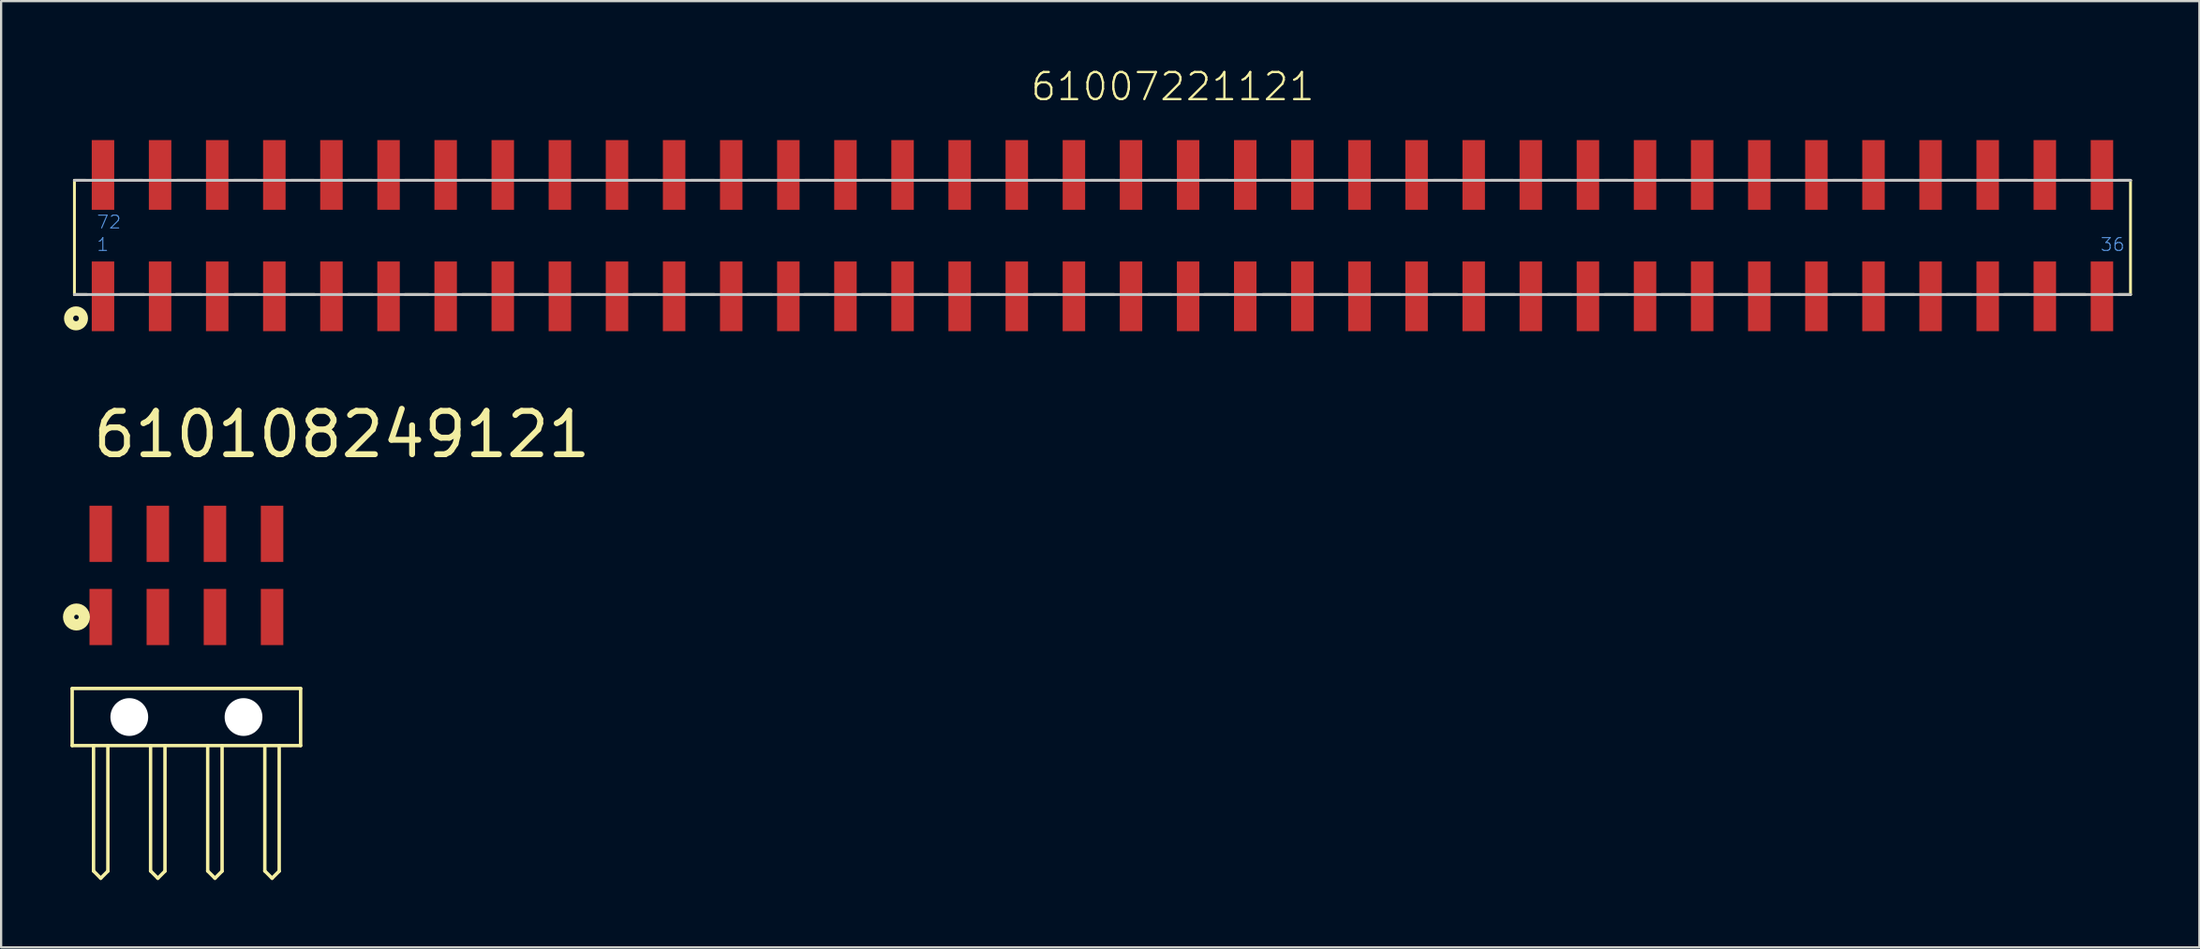
<source format=kicad_pcb>
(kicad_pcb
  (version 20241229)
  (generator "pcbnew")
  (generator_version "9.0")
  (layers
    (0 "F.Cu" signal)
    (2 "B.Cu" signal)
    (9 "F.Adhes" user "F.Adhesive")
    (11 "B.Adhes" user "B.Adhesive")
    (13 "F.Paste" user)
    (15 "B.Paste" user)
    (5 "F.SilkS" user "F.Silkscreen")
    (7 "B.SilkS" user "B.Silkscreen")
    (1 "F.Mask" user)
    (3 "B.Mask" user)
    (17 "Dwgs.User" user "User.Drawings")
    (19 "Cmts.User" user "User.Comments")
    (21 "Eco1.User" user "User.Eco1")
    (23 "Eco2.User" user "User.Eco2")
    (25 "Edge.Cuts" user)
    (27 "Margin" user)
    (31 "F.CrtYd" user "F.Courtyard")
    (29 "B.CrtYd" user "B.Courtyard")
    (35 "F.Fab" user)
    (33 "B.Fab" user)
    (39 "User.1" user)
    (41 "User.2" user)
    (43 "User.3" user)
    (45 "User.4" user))
  (footprint "610108249121"
    (layer "F.Cu")
    (at 5.24 28.844)
    (property "Reference" "610108249121" (at -4.29 -11.44 0) (layer "F.SilkS") (effects (font (size 1.93 1.93) (thickness 0.264)) (justify left bottom)))
    (attr through_hole)
    (fp_line (start -5.08 -1.27) (end -5.08 1.27) (stroke (width 0.152) (type solid)) (layer "F.SilkS"))
    (fp_line (start -4.13 1.27) (end -5.08 1.27) (stroke (width 0.152) (type solid)) (layer "F.SilkS"))
    (fp_line (start -4.13 1.27) (end -4.13 6.847) (stroke (width 0.152) (type solid)) (layer "F.SilkS"))
    (fp_line (start -3.81 7.17) (end -4.13 6.847) (stroke (width 0.152) (type solid)) (layer "F.SilkS"))
    (fp_line (start -3.493 1.28) (end -3.493 6.853) (stroke (width 0.152) (type solid)) (layer "F.SilkS"))
    (fp_line (start -3.493 6.853) (end -3.81 7.17) (stroke (width 0.152) (type solid)) (layer "F.SilkS"))
    (fp_line (start -1.593 1.28) (end -1.593 6.847) (stroke (width 0.152) (type solid)) (layer "F.SilkS"))
    (fp_line (start -1.27 7.17) (end -1.593 6.847) (stroke (width 0.152) (type solid)) (layer "F.SilkS"))
    (fp_line (start -0.953 1.28) (end -0.953 6.853) (stroke (width 0.152) (type solid)) (layer "F.SilkS"))
    (fp_line (start -0.953 6.853) (end -1.27 7.17) (stroke (width 0.152) (type solid)) (layer "F.SilkS"))
    (fp_line (start 0.947 1.28) (end 0.947 6.847) (stroke (width 0.152) (type solid)) (layer "F.SilkS"))
    (fp_line (start 1.27 7.17) (end 0.947 6.847) (stroke (width 0.152) (type solid)) (layer "F.SilkS"))
    (fp_line (start 1.587 1.28) (end 1.587 6.853) (stroke (width 0.152) (type solid)) (layer "F.SilkS"))
    (fp_line (start 1.587 6.853) (end 1.27 7.17) (stroke (width 0.152) (type solid)) (layer "F.SilkS"))
    (fp_line (start 3.487 1.28) (end 3.487 6.847) (stroke (width 0.152) (type solid)) (layer "F.SilkS"))
    (fp_line (start 3.81 7.17) (end 3.487 6.847) (stroke (width 0.152) (type solid)) (layer "F.SilkS"))
    (fp_line (start 4.127 1.28) (end 4.127 6.853) (stroke (width 0.152) (type solid)) (layer "F.SilkS"))
    (fp_line (start 4.127 6.853) (end 3.81 7.17) (stroke (width 0.152) (type solid)) (layer "F.SilkS"))
    (fp_line (start 5.08 -1.27) (end -5.08 -1.27) (stroke (width 0.152) (type solid)) (layer "F.SilkS"))
    (fp_line (start 5.08 -1.27) (end 5.08 1.27) (stroke (width 0.152) (type solid)) (layer "F.SilkS"))
    (fp_line (start 5.08 1.27) (end -4.13 1.27) (stroke (width 0.152) (type solid)) (layer "F.SilkS"))
    (fp_circle (center -4.89 -4.45) (end -4.79 -4.45) (stroke (width 0.5) (type solid)) (fill no) (layer "F.SilkS"))
    (pad "" np_thru_hole circle (at -2.54 0) (size 1.68 1.68) (drill 1.68) (layers "*.Cu"))
    (pad "" np_thru_hole circle (at 2.54 0) (size 1.68 1.68) (drill 1.68) (layers "*.Cu"))
    (pad "1" smd rect (at -3.81 -4.45) (size 1 2.5) (layers "F.Cu" "F.Mask" "F.Paste"))
    (pad "2" smd rect (at -1.27 -4.45) (size 1 2.5) (layers "F.Cu" "F.Mask" "F.Paste"))
    (pad "3" smd rect (at 1.27 -4.45) (size 1 2.5) (layers "F.Cu" "F.Mask" "F.Paste"))
    (pad "4" smd rect (at 3.81 -4.45) (size 1 2.5) (layers "F.Cu" "F.Mask" "F.Paste"))
    (pad "5" smd rect (at 3.81 -8.15) (size 1 2.5) (layers "F.Cu" "F.Mask" "F.Paste"))
    (pad "6" smd rect (at 1.27 -8.15) (size 1 2.5) (layers "F.Cu" "F.Mask" "F.Paste"))
    (pad "7" smd rect (at -1.27 -8.15) (size 1 2.5) (layers "F.Cu" "F.Mask" "F.Paste"))
    (pad "8" smd rect (at -3.81 -8.15) (size 1 2.5) (layers "F.Cu" "F.Mask" "F.Paste")))
  (footprint "61007221121"
    (layer "F.Cu")
    (at 45.98 7.431)
    (property "Reference" "61007221121" (at -3.26 -5.92 0) (layer "F.SilkS") (effects (font (size 1.206 1.206) (thickness 0.102)) (justify left bottom)))
    (attr through_hole)
    (fp_line (start -45.72 -2.46) (end -45.72 2.62) (stroke (width 0.127) (type solid)) (layer "F.SilkS"))
    (fp_line (start -45.21 -2.46) (end -45.72 -2.46) (stroke (width 0.127) (type solid)) (layer "F.SilkS"))
    (fp_line (start -45.17 2.62) (end -45.72 2.62) (stroke (width 0.127) (type solid)) (layer "F.SilkS"))
    (fp_line (start -43.74 -2.46) (end -42.68 -2.46) (stroke (width 0.127) (type solid)) (layer "F.SilkS"))
    (fp_line (start -43.69 2.62) (end -42.62 2.62) (stroke (width 0.127) (type solid)) (layer "F.SilkS"))
    (fp_line (start -41.21 2.62) (end -40.07 2.62) (stroke (width 0.127) (type solid)) (layer "F.SilkS"))
    (fp_line (start -41.17 -2.46) (end -40.11 -2.46) (stroke (width 0.127) (type solid)) (layer "F.SilkS"))
    (fp_line (start -38.64 -2.46) (end -37.59 -2.46) (stroke (width 0.127) (type solid)) (layer "F.SilkS"))
    (fp_line (start -38.6 2.62) (end -37.56 2.62) (stroke (width 0.127) (type solid)) (layer "F.SilkS"))
    (fp_line (start -36.1 -2.46) (end -35.06 -2.46) (stroke (width 0.127) (type solid)) (layer "F.SilkS"))
    (fp_line (start -36.1 2.62) (end -35.04 2.62) (stroke (width 0.127) (type solid)) (layer "F.SilkS"))
    (fp_line (start -33.57 -2.46) (end -32.48 -2.46) (stroke (width 0.127) (type solid)) (layer "F.SilkS"))
    (fp_line (start -33.55 2.62) (end -32.46 2.62) (stroke (width 0.127) (type solid)) (layer "F.SilkS"))
    (fp_line (start -31.03 -2.46) (end -29.93 -2.46) (stroke (width 0.127) (type solid)) (layer "F.SilkS"))
    (fp_line (start -31.02 2.62) (end -29.98 2.62) (stroke (width 0.127) (type solid)) (layer "F.SilkS"))
    (fp_line (start -28.5 -2.46) (end -27.41 -2.46) (stroke (width 0.127) (type solid)) (layer "F.SilkS"))
    (fp_line (start -28.47 2.62) (end -27.4 2.62) (stroke (width 0.127) (type solid)) (layer "F.SilkS"))
    (fp_line (start -25.95 -2.46) (end -24.85 -2.46) (stroke (width 0.127) (type solid)) (layer "F.SilkS"))
    (fp_line (start -25.93 2.62) (end -24.87 2.62) (stroke (width 0.127) (type solid)) (layer "F.SilkS"))
    (fp_line (start -23.4 2.62) (end -22.35 2.62) (stroke (width 0.127) (type solid)) (layer "F.SilkS"))
    (fp_line (start -23.39 -2.46) (end -22.3 -2.46) (stroke (width 0.127) (type solid)) (layer "F.SilkS"))
    (fp_line (start -20.89 -2.46) (end -19.78 -2.46) (stroke (width 0.127) (type solid)) (layer "F.SilkS"))
    (fp_line (start -20.87 2.62) (end -19.79 2.62) (stroke (width 0.127) (type solid)) (layer "F.SilkS"))
    (fp_line (start -18.31 -2.46) (end -17.25 -2.46) (stroke (width 0.127) (type solid)) (layer "F.SilkS"))
    (fp_line (start -18.31 2.62) (end -17.26 2.62) (stroke (width 0.127) (type solid)) (layer "F.SilkS"))
    (fp_line (start -15.79 2.62) (end -14.7 2.62) (stroke (width 0.127) (type solid)) (layer "F.SilkS"))
    (fp_line (start -15.78 -2.46) (end -14.77 -2.46) (stroke (width 0.127) (type solid)) (layer "F.SilkS"))
    (fp_line (start -13.26 2.62) (end -12.19 2.62) (stroke (width 0.127) (type solid)) (layer "F.SilkS"))
    (fp_line (start -13.24 -2.46) (end -12.15 -2.46) (stroke (width 0.127) (type solid)) (layer "F.SilkS"))
    (fp_line (start -10.7 2.62) (end -9.62 2.62) (stroke (width 0.127) (type solid)) (layer "F.SilkS"))
    (fp_line (start -10.69 -2.46) (end -9.66 -2.46) (stroke (width 0.127) (type solid)) (layer "F.SilkS"))
    (fp_line (start -8.14 -2.46) (end -7.07 -2.46) (stroke (width 0.127) (type solid)) (layer "F.SilkS"))
    (fp_line (start -8.13 2.62) (end -7.1 2.62) (stroke (width 0.127) (type solid)) (layer "F.SilkS"))
    (fp_line (start -5.59 2.62) (end -4.58 2.62) (stroke (width 0.127) (type solid)) (layer "F.SilkS"))
    (fp_line (start -5.56 -2.46) (end -4.53 -2.46) (stroke (width 0.127) (type solid)) (layer "F.SilkS"))
    (fp_line (start -3.08 -2.46) (end -1.99 -2.46) (stroke (width 0.127) (type solid)) (layer "F.SilkS"))
    (fp_line (start -3.06 2.62) (end -2.01 2.62) (stroke (width 0.127) (type solid)) (layer "F.SilkS"))
    (fp_line (start -0.55 -2.46) (end 0.56 -2.46) (stroke (width 0.127) (type solid)) (layer "F.SilkS"))
    (fp_line (start -0.55 2.62) (end 0.52 2.62) (stroke (width 0.127) (type solid)) (layer "F.SilkS"))
    (fp_line (start 2.03 -2.46) (end 3.06 -2.46) (stroke (width 0.127) (type solid)) (layer "F.SilkS"))
    (fp_line (start 2.03 2.62) (end 3.06 2.62) (stroke (width 0.127) (type solid)) (layer "F.SilkS"))
    (fp_line (start 4.53 2.62) (end 5.6 2.62) (stroke (width 0.127) (type solid)) (layer "F.SilkS"))
    (fp_line (start 4.57 -2.46) (end 5.6 -2.46) (stroke (width 0.127) (type solid)) (layer "F.SilkS"))
    (fp_line (start 7.09 -2.46) (end 8.12 -2.46) (stroke (width 0.127) (type solid)) (layer "F.SilkS"))
    (fp_line (start 7.13 2.62) (end 8.16 2.62) (stroke (width 0.127) (type solid)) (layer "F.SilkS"))
    (fp_line (start 9.63 -2.46) (end 10.69 -2.46) (stroke (width 0.127) (type solid)) (layer "F.SilkS"))
    (fp_line (start 9.65 2.62) (end 10.68 2.62) (stroke (width 0.127) (type solid)) (layer "F.SilkS"))
    (fp_line (start 12.14 2.62) (end 13.24 2.62) (stroke (width 0.127) (type solid)) (layer "F.SilkS"))
    (fp_line (start 12.15 -2.46) (end 13.24 -2.46) (stroke (width 0.127) (type solid)) (layer "F.SilkS"))
    (fp_line (start 14.7 2.62) (end 15.78 2.62) (stroke (width 0.127) (type solid)) (layer "F.SilkS"))
    (fp_line (start 14.71 -2.46) (end 15.78 -2.46) (stroke (width 0.127) (type solid)) (layer "F.SilkS"))
    (fp_line (start 17.23 2.62) (end 18.33 2.62) (stroke (width 0.127) (type solid)) (layer "F.SilkS"))
    (fp_line (start 17.25 -2.46) (end 18.27 -2.46) (stroke (width 0.127) (type solid)) (layer "F.SilkS"))
    (fp_line (start 19.8 -2.46) (end 20.84 -2.46) (stroke (width 0.127) (type solid)) (layer "F.SilkS"))
    (fp_line (start 19.8 2.62) (end 20.85 2.62) (stroke (width 0.127) (type solid)) (layer "F.SilkS"))
    (fp_line (start 22.32 -2.46) (end 23.37 -2.46) (stroke (width 0.127) (type solid)) (layer "F.SilkS"))
    (fp_line (start 22.34 2.62) (end 23.36 2.62) (stroke (width 0.127) (type solid)) (layer "F.SilkS"))
    (fp_line (start 24.85 -2.46) (end 25.9 -2.46) (stroke (width 0.127) (type solid)) (layer "F.SilkS"))
    (fp_line (start 24.85 2.62) (end 25.89 2.62) (stroke (width 0.127) (type solid)) (layer "F.SilkS"))
    (fp_line (start 27.4 2.62) (end 28.46 2.62) (stroke (width 0.127) (type solid)) (layer "F.SilkS"))
    (fp_line (start 27.42 -2.46) (end 28.46 -2.46) (stroke (width 0.127) (type solid)) (layer "F.SilkS"))
    (fp_line (start 29.91 2.62) (end 31.03 2.62) (stroke (width 0.127) (type solid)) (layer "F.SilkS"))
    (fp_line (start 29.98 -2.46) (end 31.03 -2.46) (stroke (width 0.127) (type solid)) (layer "F.SilkS"))
    (fp_line (start 32.47 2.62) (end 33.55 2.62) (stroke (width 0.127) (type solid)) (layer "F.SilkS"))
    (fp_line (start 32.48 -2.46) (end 33.56 -2.46) (stroke (width 0.127) (type solid)) (layer "F.SilkS"))
    (fp_line (start 35.01 -2.46) (end 36.09 -2.46) (stroke (width 0.127) (type solid)) (layer "F.SilkS"))
    (fp_line (start 35.01 2.62) (end 36.1 2.62) (stroke (width 0.127) (type solid)) (layer "F.SilkS"))
    (fp_line (start 37.54 -2.46) (end 38.63 -2.46) (stroke (width 0.127) (type solid)) (layer "F.SilkS"))
    (fp_line (start 37.55 2.62) (end 38.64 2.62) (stroke (width 0.127) (type solid)) (layer "F.SilkS"))
    (fp_line (start 40.08 -2.46) (end 41.14 -2.46) (stroke (width 0.127) (type solid)) (layer "F.SilkS"))
    (fp_line (start 40.1 2.62) (end 41.19 2.62) (stroke (width 0.127) (type solid)) (layer "F.SilkS"))
    (fp_line (start 42.61 2.62) (end 43.71 2.62) (stroke (width 0.127) (type solid)) (layer "F.SilkS"))
    (fp_line (start 42.65 -2.46) (end 43.7 -2.46) (stroke (width 0.127) (type solid)) (layer "F.SilkS"))
    (fp_line (start 45.16 -2.46) (end 45.72 -2.46) (stroke (width 0.127) (type solid)) (layer "F.SilkS"))
    (fp_line (start 45.19 2.62) (end 45.72 2.62) (stroke (width 0.127) (type solid)) (layer "F.SilkS"))
    (fp_line (start 45.72 -2.46) (end 45.72 2.62) (stroke (width 0.127) (type solid)) (layer "F.SilkS"))
    (fp_circle (center -45.65 3.68) (end -45.523 3.68) (stroke (width 0.406) (type solid)) (fill no) (layer "F.SilkS"))
    (fp_line (start -45.72 2.62) (end 45.72 2.62) (stroke (width 0.127) (type solid)) (layer "Dwgs.User"))
    (fp_line (start 45.72 -2.46) (end -45.72 -2.46) (stroke (width 0.127) (type solid)) (layer "Dwgs.User"))
    (fp_text user "36" (at 44.35 0.73 0) (layer "Cmts.User") (effects (font (size 0.57 0.57) (thickness 0.048)) (justify left bottom)))
    (fp_text user "1" (at -44.76 0.73 0) (layer "Cmts.User") (effects (font (size 0.57 0.57) (thickness 0.048)) (justify left bottom)))
    (fp_text user "72" (at -44.76 -0.27 0) (layer "Cmts.User") (effects (font (size 0.57 0.57) (thickness 0.048)) (justify left bottom)))
    (pad "1" smd rect (at -44.45 2.7 90) (size 3.1 1) (layers "F.Cu" "F.Mask" "F.Paste"))
    (pad "2" smd rect (at -41.91 2.7 90) (size 3.1 1) (layers "F.Cu" "F.Mask" "F.Paste"))
    (pad "3" smd rect (at -39.37 2.7 90) (size 3.1 1) (layers "F.Cu" "F.Mask" "F.Paste"))
    (pad "4" smd rect (at -36.83 2.7 90) (size 3.1 1) (layers "F.Cu" "F.Mask" "F.Paste"))
    (pad "5" smd rect (at -34.29 2.7 90) (size 3.1 1) (layers "F.Cu" "F.Mask" "F.Paste"))
    (pad "6" smd rect (at -31.75 2.7 90) (size 3.1 1) (layers "F.Cu" "F.Mask" "F.Paste"))
    (pad "7" smd rect (at -29.21 2.7 90) (size 3.1 1) (layers "F.Cu" "F.Mask" "F.Paste"))
    (pad "8" smd rect (at -26.67 2.7 90) (size 3.1 1) (layers "F.Cu" "F.Mask" "F.Paste"))
    (pad "9" smd rect (at -24.13 2.7 90) (size 3.1 1) (layers "F.Cu" "F.Mask" "F.Paste"))
    (pad "10" smd rect (at -21.59 2.7 90) (size 3.1 1) (layers "F.Cu" "F.Mask" "F.Paste"))
    (pad "11" smd rect (at -19.05 2.7 90) (size 3.1 1) (layers "F.Cu" "F.Mask" "F.Paste"))
    (pad "12" smd rect (at -16.51 2.7 90) (size 3.1 1) (layers "F.Cu" "F.Mask" "F.Paste"))
    (pad "13" smd rect (at -13.97 2.7 90) (size 3.1 1) (layers "F.Cu" "F.Mask" "F.Paste"))
    (pad "14" smd rect (at -11.43 2.7 90) (size 3.1 1) (layers "F.Cu" "F.Mask" "F.Paste"))
    (pad "15" smd rect (at -8.89 2.7 90) (size 3.1 1) (layers "F.Cu" "F.Mask" "F.Paste"))
    (pad "16" smd rect (at -6.35 2.7 90) (size 3.1 1) (layers "F.Cu" "F.Mask" "F.Paste"))
    (pad "17" smd rect (at -3.81 2.7 90) (size 3.1 1) (layers "F.Cu" "F.Mask" "F.Paste"))
    (pad "18" smd rect (at -1.27 2.7 90) (size 3.1 1) (layers "F.Cu" "F.Mask" "F.Paste"))
    (pad "19" smd rect (at 1.27 2.7 90) (size 3.1 1) (layers "F.Cu" "F.Mask" "F.Paste"))
    (pad "20" smd rect (at 3.81 2.7 90) (size 3.1 1) (layers "F.Cu" "F.Mask" "F.Paste"))
    (pad "21" smd rect (at 6.35 2.7 90) (size 3.1 1) (layers "F.Cu" "F.Mask" "F.Paste"))
    (pad "22" smd rect (at 8.89 2.7 90) (size 3.1 1) (layers "F.Cu" "F.Mask" "F.Paste"))
    (pad "23" smd rect (at 11.43 2.7 90) (size 3.1 1) (layers "F.Cu" "F.Mask" "F.Paste"))
    (pad "24" smd rect (at 13.97 2.7 90) (size 3.1 1) (layers "F.Cu" "F.Mask" "F.Paste"))
    (pad "25" smd rect (at 16.51 2.7 90) (size 3.1 1) (layers "F.Cu" "F.Mask" "F.Paste"))
    (pad "26" smd rect (at 19.05 2.7 90) (size 3.1 1) (layers "F.Cu" "F.Mask" "F.Paste"))
    (pad "27" smd rect (at 21.59 2.7 90) (size 3.1 1) (layers "F.Cu" "F.Mask" "F.Paste"))
    (pad "28" smd rect (at 24.13 2.7 90) (size 3.1 1) (layers "F.Cu" "F.Mask" "F.Paste"))
    (pad "29" smd rect (at 26.67 2.7 90) (size 3.1 1) (layers "F.Cu" "F.Mask" "F.Paste"))
    (pad "30" smd rect (at 29.21 2.7 90) (size 3.1 1) (layers "F.Cu" "F.Mask" "F.Paste"))
    (pad "31" smd rect (at 31.75 2.7 90) (size 3.1 1) (layers "F.Cu" "F.Mask" "F.Paste"))
    (pad "32" smd rect (at 34.29 2.7 90) (size 3.1 1) (layers "F.Cu" "F.Mask" "F.Paste"))
    (pad "33" smd rect (at 36.83 2.7 90) (size 3.1 1) (layers "F.Cu" "F.Mask" "F.Paste"))
    (pad "34" smd rect (at 39.37 2.7 90) (size 3.1 1) (layers "F.Cu" "F.Mask" "F.Paste"))
    (pad "35" smd rect (at 41.91 2.7 90) (size 3.1 1) (layers "F.Cu" "F.Mask" "F.Paste"))
    (pad "36" smd rect (at 44.45 2.7 90) (size 3.1 1) (layers "F.Cu" "F.Mask" "F.Paste"))
    (pad "37" smd rect (at 44.45 -2.7 90) (size 3.1 1) (layers "F.Cu" "F.Mask" "F.Paste"))
    (pad "38" smd rect (at 41.91 -2.7 90) (size 3.1 1) (layers "F.Cu" "F.Mask" "F.Paste"))
    (pad "39" smd rect (at 39.37 -2.7 90) (size 3.1 1) (layers "F.Cu" "F.Mask" "F.Paste"))
    (pad "40" smd rect (at 36.83 -2.7 90) (size 3.1 1) (layers "F.Cu" "F.Mask" "F.Paste"))
    (pad "41" smd rect (at 34.29 -2.7 90) (size 3.1 1) (layers "F.Cu" "F.Mask" "F.Paste"))
    (pad "42" smd rect (at 31.75 -2.7 90) (size 3.1 1) (layers "F.Cu" "F.Mask" "F.Paste"))
    (pad "43" smd rect (at 29.21 -2.7 90) (size 3.1 1) (layers "F.Cu" "F.Mask" "F.Paste"))
    (pad "44" smd rect (at 26.67 -2.7 90) (size 3.1 1) (layers "F.Cu" "F.Mask" "F.Paste"))
    (pad "45" smd rect (at 24.13 -2.7 90) (size 3.1 1) (layers "F.Cu" "F.Mask" "F.Paste"))
    (pad "46" smd rect (at 21.59 -2.7 90) (size 3.1 1) (layers "F.Cu" "F.Mask" "F.Paste"))
    (pad "47" smd rect (at 19.05 -2.7 90) (size 3.1 1) (layers "F.Cu" "F.Mask" "F.Paste"))
    (pad "48" smd rect (at 16.51 -2.7 90) (size 3.1 1) (layers "F.Cu" "F.Mask" "F.Paste"))
    (pad "49" smd rect (at 13.97 -2.7 90) (size 3.1 1) (layers "F.Cu" "F.Mask" "F.Paste"))
    (pad "50" smd rect (at 11.43 -2.7 90) (size 3.1 1) (layers "F.Cu" "F.Mask" "F.Paste"))
    (pad "51" smd rect (at 8.89 -2.7 90) (size 3.1 1) (layers "F.Cu" "F.Mask" "F.Paste"))
    (pad "52" smd rect (at 6.35 -2.7 90) (size 3.1 1) (layers "F.Cu" "F.Mask" "F.Paste"))
    (pad "53" smd rect (at 3.81 -2.7 90) (size 3.1 1) (layers "F.Cu" "F.Mask" "F.Paste"))
    (pad "54" smd rect (at 1.27 -2.7 90) (size 3.1 1) (layers "F.Cu" "F.Mask" "F.Paste"))
    (pad "55" smd rect (at -1.27 -2.7 90) (size 3.1 1) (layers "F.Cu" "F.Mask" "F.Paste"))
    (pad "56" smd rect (at -3.81 -2.7 90) (size 3.1 1) (layers "F.Cu" "F.Mask" "F.Paste"))
    (pad "57" smd rect (at -6.35 -2.7 90) (size 3.1 1) (layers "F.Cu" "F.Mask" "F.Paste"))
    (pad "58" smd rect (at -8.89 -2.7 90) (size 3.1 1) (layers "F.Cu" "F.Mask" "F.Paste"))
    (pad "59" smd rect (at -11.43 -2.7 90) (size 3.1 1) (layers "F.Cu" "F.Mask" "F.Paste"))
    (pad "60" smd rect (at -13.97 -2.7 90) (size 3.1 1) (layers "F.Cu" "F.Mask" "F.Paste"))
    (pad "61" smd rect (at -16.51 -2.7 90) (size 3.1 1) (layers "F.Cu" "F.Mask" "F.Paste"))
    (pad "62" smd rect (at -19.05 -2.7 90) (size 3.1 1) (layers "F.Cu" "F.Mask" "F.Paste"))
    (pad "63" smd rect (at -21.59 -2.7 90) (size 3.1 1) (layers "F.Cu" "F.Mask" "F.Paste"))
    (pad "64" smd rect (at -24.13 -2.7 90) (size 3.1 1) (layers "F.Cu" "F.Mask" "F.Paste"))
    (pad "65" smd rect (at -26.67 -2.7 90) (size 3.1 1) (layers "F.Cu" "F.Mask" "F.Paste"))
    (pad "66" smd rect (at -29.21 -2.7 90) (size 3.1 1) (layers "F.Cu" "F.Mask" "F.Paste"))
    (pad "67" smd rect (at -31.75 -2.7 90) (size 3.1 1) (layers "F.Cu" "F.Mask" "F.Paste"))
    (pad "68" smd rect (at -34.29 -2.7 90) (size 3.1 1) (layers "F.Cu" "F.Mask" "F.Paste"))
    (pad "69" smd rect (at -36.83 -2.7 90) (size 3.1 1) (layers "F.Cu" "F.Mask" "F.Paste"))
    (pad "70" smd rect (at -39.37 -2.7 90) (size 3.1 1) (layers "F.Cu" "F.Mask" "F.Paste"))
    (pad "71" smd rect (at -41.91 -2.7 90) (size 3.1 1) (layers "F.Cu" "F.Mask" "F.Paste"))
    (pad "72" smd rect (at -44.45 -2.7 90) (size 3.1 1) (layers "F.Cu" "F.Mask" "F.Paste")))
  (gr_rect
    (start -3 -3)
    (end 94.764 39.09)
    (stroke (width 0.1) (type default))
    (fill no)
    (layer "Edge.Cuts")))
</source>
